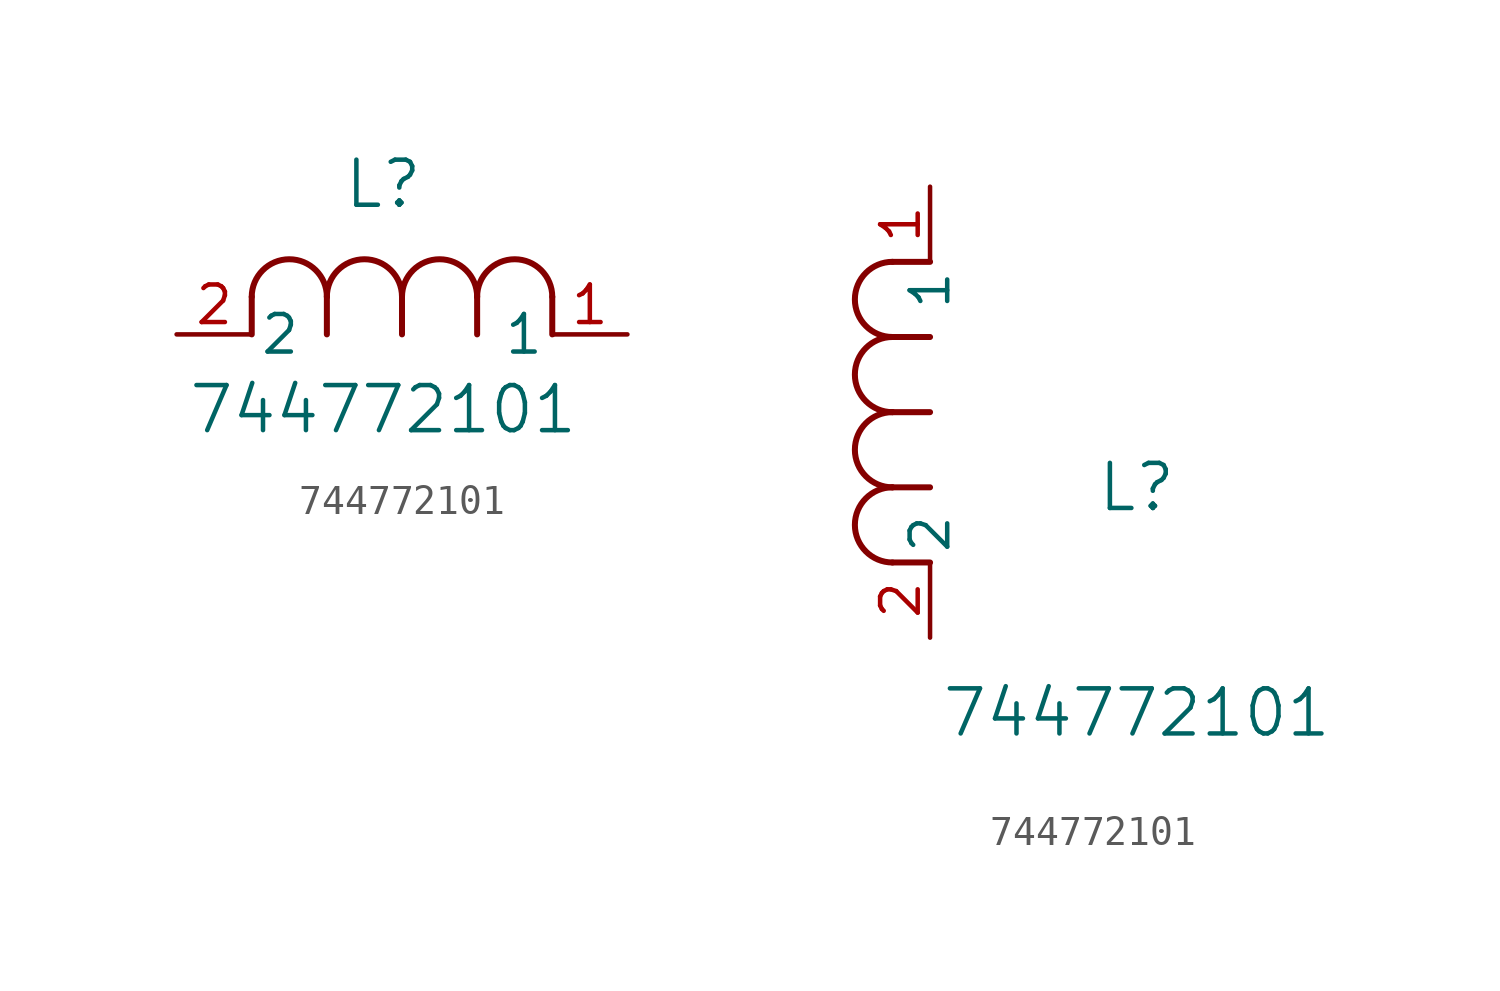
<source format=kicad_sym>
(kicad_symbol_lib
  (version 20211014)
  (generator kicad_symbol_editor)
  (symbol "744772101"
    (pin_names
      (offset 0.254))
    (property "Reference" "L"
      (at 6.985 5.08 0)
      (effects (font (size 1.524 1.524))))
    (property "Value" "744772101"
      (at 6.985 -2.54 0)
      (effects (font (size 1.524 1.524))))
    (symbol "744772101_1_1"
      (arc (start 7.62 1.27) (mid 6.35 2.54) (end 5.08 1.27) (stroke (width 0.2032) (type default) (color 0 0 0 0)) (fill (type none)))
      (polyline (pts (xy 5.08 0) (xy 5.08 1.27)) (stroke (width 0.203) (type default) (color 0 0 0 0)) (fill (type none)))
      (polyline (pts (xy 7.62 0) (xy 7.62 1.27)) (stroke (width 0.203) (type default) (color 0 0 0 0)) (fill (type none)))
      (polyline (pts (xy 12.7 0) (xy 12.7 1.27)) (stroke (width 0.203) (type default) (color 0 0 0 0)) (fill (type none)))
      (arc (start 5.08 1.27) (mid 3.81 2.54) (end 2.54 1.27) (stroke (width 0.2032) (type default) (color 0 0 0 0)) (fill (type none)))
      (arc (start 10.16 1.27) (mid 8.89 2.54) (end 7.62 1.27) (stroke (width 0.2032) (type default) (color 0 0 0 0)) (fill (type none)))
      (arc (start 12.7 1.27) (mid 11.43 2.54) (end 10.16 1.27) (stroke (width 0.2032) (type default) (color 0 0 0 0)) (fill (type none)))
      (polyline (pts (xy 2.54 0) (xy 2.54 1.27)) (stroke (width 0.203) (type default) (color 0 0 0 0)) (fill (type none)))
      (polyline (pts (xy 10.16 0) (xy 10.16 1.27)) (stroke (width 0.203) (type default) (color 0 0 0 0)) (fill (type none)))
      (pin unspecified line (at 0 0 0) (length 2.54) (name "2" (effects (font (size 1.27 1.27)))) (number "2" (effects (font (size 1.27 1.27)))))
      (pin unspecified line (at 15.24 0 180) (length 2.54) (name "1" (effects (font (size 1.27 1.27)))) (number "1" (effects (font (size 1.27 1.27))))))
    (symbol "744772101_1_2"
      (arc (start -1.27 7.62) (mid -2.54 6.35) (end -1.27 5.08) (stroke (width 0.2032) (type default) (color 0 0 0 0)) (fill (type none)))
      (arc (start -1.27 5.08) (mid -2.54 3.81) (end -1.27 2.54) (stroke (width 0.2032) (type default) (color 0 0 0 0)) (fill (type none)))
      (arc (start -1.27 12.7) (mid -2.54 11.43) (end -1.27 10.16) (stroke (width 0.2032) (type default) (color 0 0 0 0)) (fill (type none)))
      (arc (start -1.27 10.16) (mid -2.54 8.89) (end -1.27 7.62) (stroke (width 0.2032) (type default) (color 0 0 0 0)) (fill (type none)))
      (polyline (pts (xy 0 7.62) (xy -1.27 7.62)) (stroke (width 0.203) (type default) (color 0 0 0 0)) (fill (type none)))
      (polyline (pts (xy 0 5.08) (xy -1.27 5.08)) (stroke (width 0.203) (type default) (color 0 0 0 0)) (fill (type none)))
      (polyline (pts (xy 0 12.7) (xy -1.27 12.7)) (stroke (width 0.203) (type default) (color 0 0 0 0)) (fill (type none)))
      (polyline (pts (xy 0 2.54) (xy -1.27 2.54)) (stroke (width 0.203) (type default) (color 0 0 0 0)) (fill (type none)))
      (polyline (pts (xy 0 10.16) (xy -1.27 10.16)) (stroke (width 0.203) (type default) (color 0 0 0 0)) (fill (type none)))
      (pin unspecified line (at 0 0 90) (length 2.54) (name "2" (effects (font (size 1.27 1.27)))) (number "2" (effects (font (size 1.27 1.27)))))
      (pin unspecified line (at 0 15.24 270) (length 2.54) (name "1" (effects (font (size 1.27 1.27)))) (number "1" (effects (font (size 1.27 1.27))))))))
</source>
